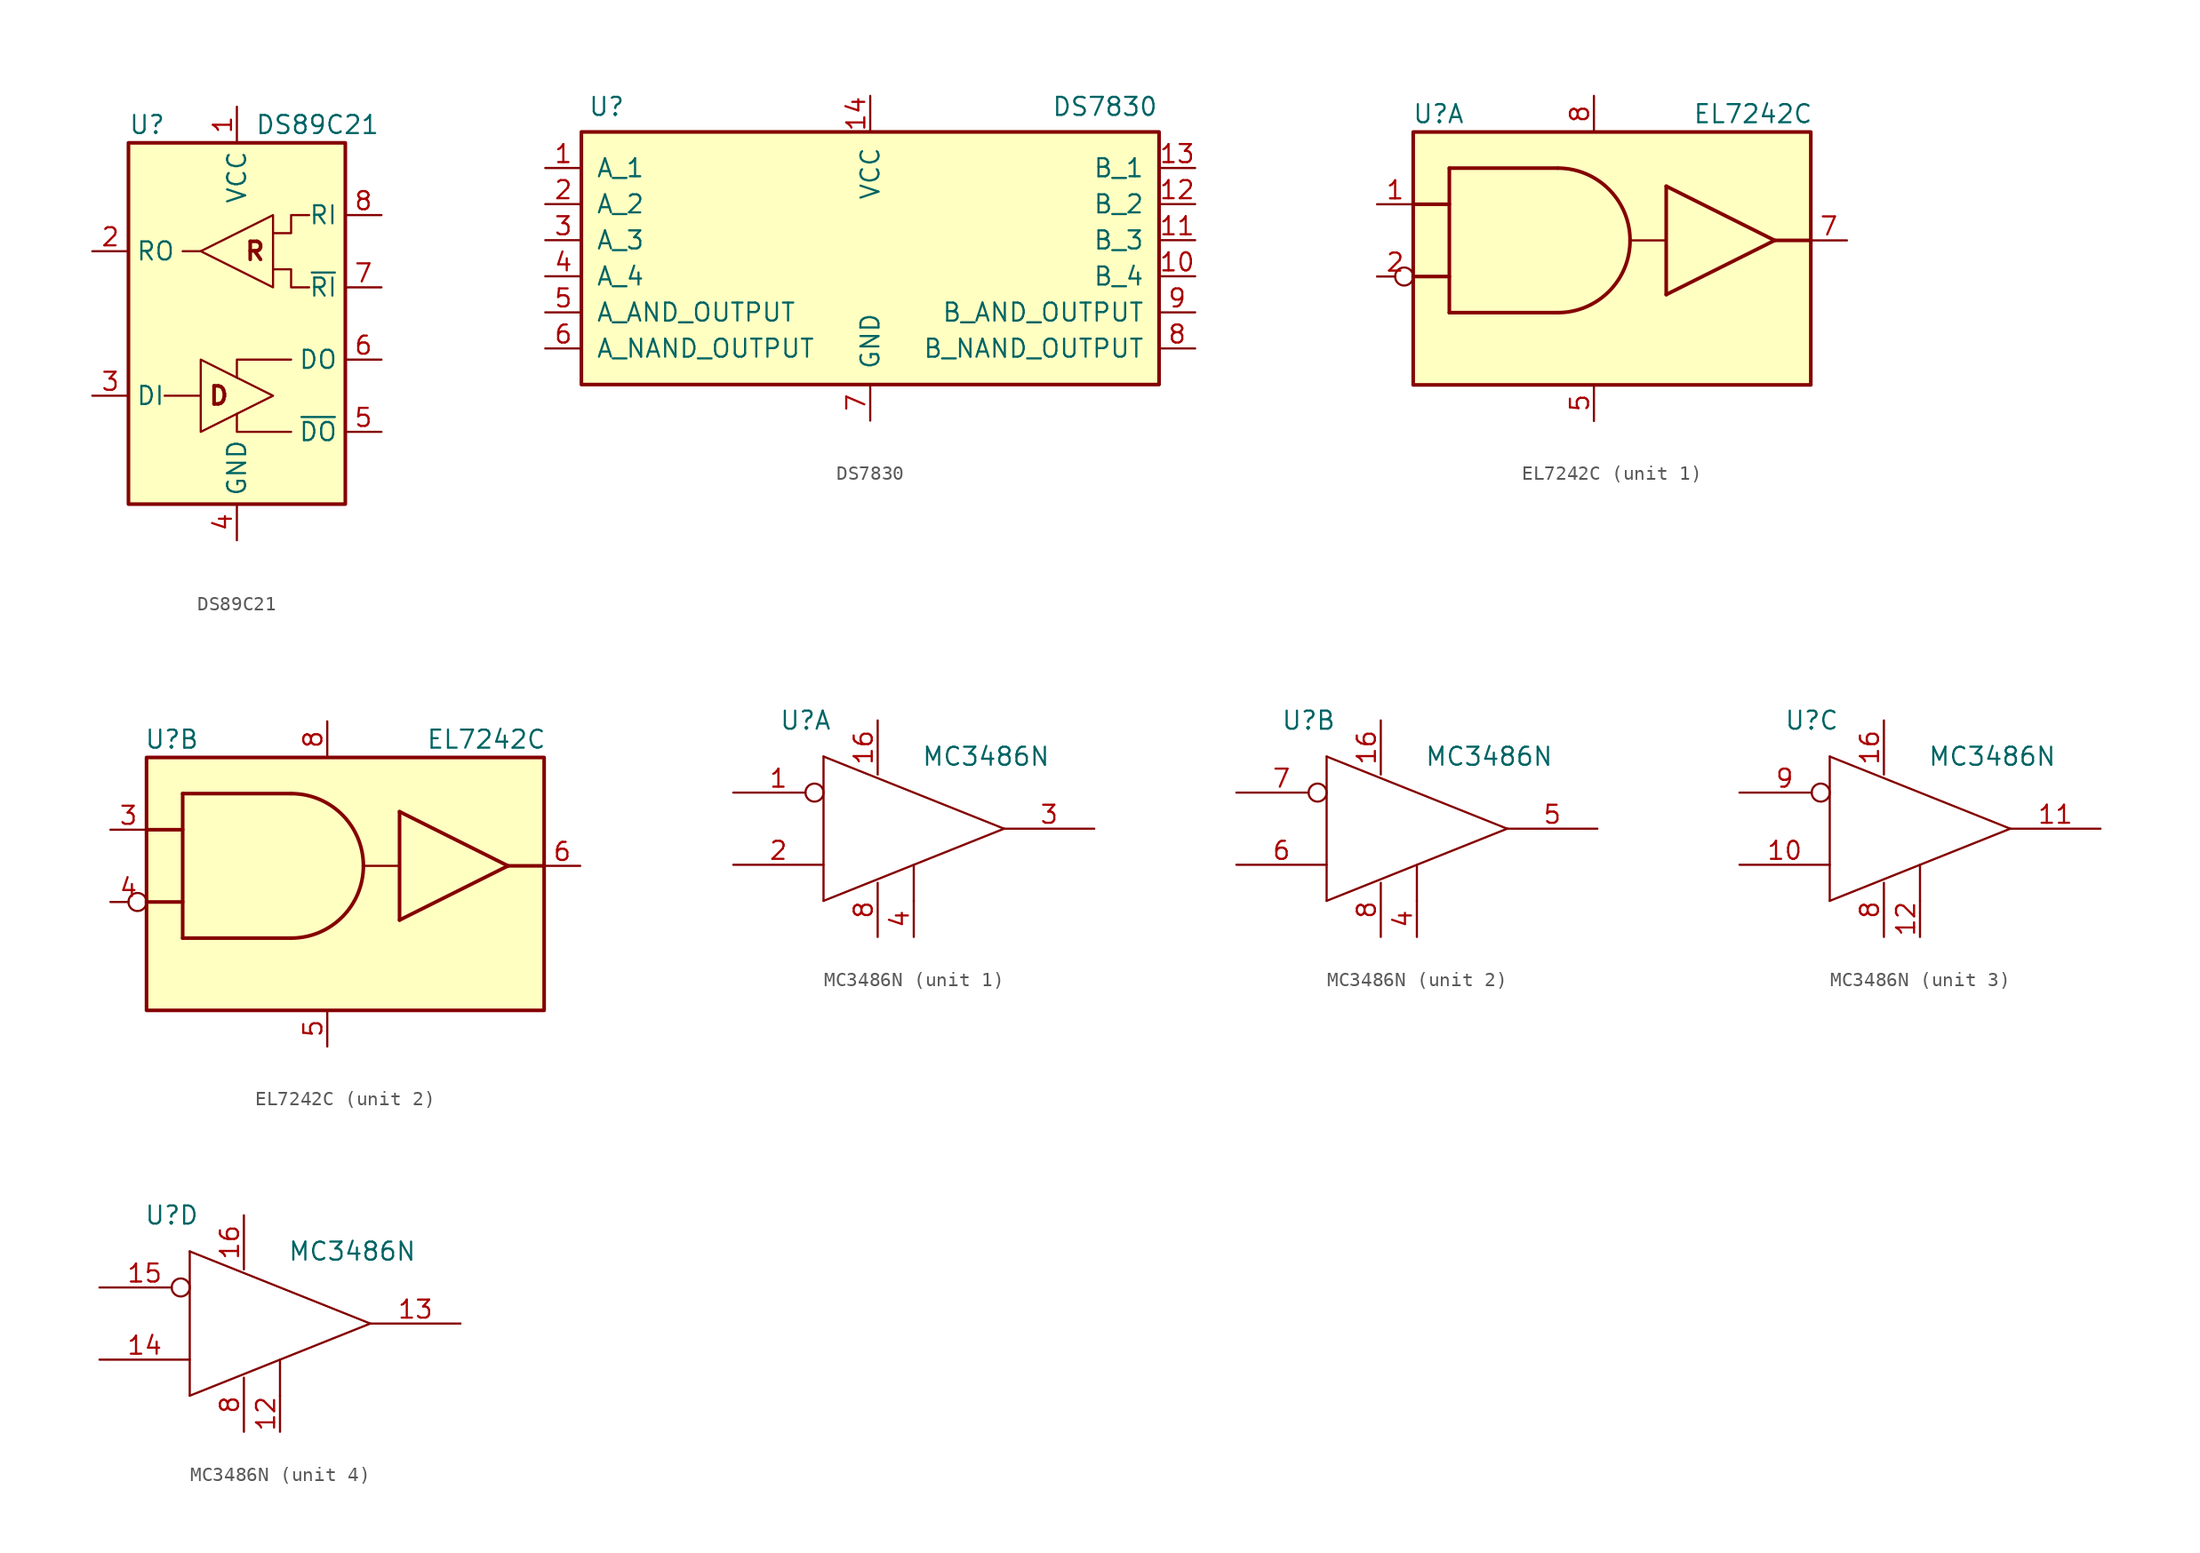
<source format=kicad_sym>
(kicad_symbol_lib
  (version 20231120)
  (generator "kicad_symbol_editor")
  (generator_version "8.0")
  (symbol "DS89C21"
    (property "Reference" "U"
      (at -7.62 13.97 0)
      (effects (font (size 1.27 1.27)) (justify left)))
    (property "Value" "DS89C21"
      (at 1.27 13.97 0)
      (effects (font (size 1.27 1.27)) (justify left)))
    (symbol "DS89C21_0_0"
      (text "D" (at -1.27 -5.08 0) (effects (font (size 1.27 1.27) (bold yes))))
      (text "R" (at 1.27 5.08 0) (effects (font (size 1.27 1.27) (bold yes)))))
    (symbol "DS89C21_0_1"
      (rectangle (start -7.62 12.7) (end 7.62 -12.7) (stroke (width 0.254) (type default)) (fill (type background)))
      (polyline (pts (xy -5.08 -5.08) (xy -2.54 -5.08)) (stroke (width 0) (type default)) (fill (type none)))
      (polyline (pts (xy -2.54 5.08) (xy -3.81 5.08)) (stroke (width 0) (type default)) (fill (type none)))
      (polyline (pts (xy 3.81 -7.62) (xy 0 -7.62) (xy 0 -6.35)) (stroke (width 0) (type default)) (fill (type none)))
      (polyline (pts (xy 3.81 -2.54) (xy 0 -2.54) (xy 0 -3.81)) (stroke (width 0) (type default)) (fill (type none)))
      (polyline (pts (xy -2.54 -2.54) (xy -2.54 -7.62) (xy 2.54 -5.08) (xy -2.54 -2.54)) (stroke (width 0) (type default)) (fill (type none)))
      (polyline (pts (xy 2.54 3.81) (xy 3.81 3.81) (xy 3.81 2.54) (xy 5.08 2.54)) (stroke (width 0) (type default)) (fill (type none)))
      (polyline (pts (xy 2.54 6.35) (xy 3.81 6.35) (xy 3.81 7.62) (xy 5.08 7.62)) (stroke (width 0) (type default)) (fill (type none)))
      (polyline (pts (xy 2.54 7.62) (xy 2.54 2.54) (xy -2.54 5.08) (xy 2.54 7.62)) (stroke (width 0) (type default)) (fill (type none))))
    (symbol "DS89C21_1_1"
      (pin power_in line (at 0 15.24 270) (length 2.54) (name "VCC" (effects (font (size 1.27 1.27)))) (number "1" (effects (font (size 1.27 1.27)))))
      (pin output line (at -10.16 5.08 0) (length 2.54) (name "RO" (effects (font (size 1.27 1.27)))) (number "2" (effects (font (size 1.27 1.27)))))
      (pin input line (at -10.16 -5.08 0) (length 2.54) (name "DI" (effects (font (size 1.27 1.27)))) (number "3" (effects (font (size 1.27 1.27)))))
      (pin power_in line (at 0 -15.24 90) (length 2.54) (name "GND" (effects (font (size 1.27 1.27)))) (number "4" (effects (font (size 1.27 1.27)))))
      (pin output line (at 10.16 -7.62 180) (length 2.54) (name "~{DO}" (effects (font (size 1.27 1.27)))) (number "5" (effects (font (size 1.27 1.27)))))
      (pin output line (at 10.16 -2.54 180) (length 2.54) (name "DO" (effects (font (size 1.27 1.27)))) (number "6" (effects (font (size 1.27 1.27)))))
      (pin input line (at 10.16 2.54 180) (length 2.54) (name "~{RI}" (effects (font (size 1.27 1.27)))) (number "7" (effects (font (size 1.27 1.27)))))
      (pin input line (at 10.16 7.62 180) (length 2.54) (name "RI" (effects (font (size 1.27 1.27)))) (number "8" (effects (font (size 1.27 1.27)))))))
  (symbol "DS7830"
    (pin_names
      (offset 1.016))
    (property "Reference" "U"
      (at -18.542 9.398 0)
      (effects (font (size 1.27 1.27))))
    (property "Value" "DS7830"
      (at 16.51 9.398 0)
      (effects (font (size 1.27 1.27))))
    (symbol "DS7830_0_1"
      (rectangle (start -20.32 7.62) (end 20.32 -10.16) (stroke (width 0.254) (type default)) (fill (type background))))
    (symbol "DS7830_1_1"
      (pin input line (at -22.86 5.08 0) (length 2.54) (name "A_1" (effects (font (size 1.27 1.27)))) (number "1" (effects (font (size 1.27 1.27)))))
      (pin input line (at 22.86 -2.54 180) (length 2.54) (name "B_4" (effects (font (size 1.27 1.27)))) (number "10" (effects (font (size 1.27 1.27)))))
      (pin input line (at 22.86 0 180) (length 2.54) (name "B_3" (effects (font (size 1.27 1.27)))) (number "11" (effects (font (size 1.27 1.27)))))
      (pin input line (at 22.86 2.54 180) (length 2.54) (name "B_2" (effects (font (size 1.27 1.27)))) (number "12" (effects (font (size 1.27 1.27)))))
      (pin input line (at 22.86 5.08 180) (length 2.54) (name "B_1" (effects (font (size 1.27 1.27)))) (number "13" (effects (font (size 1.27 1.27)))))
      (pin power_in line (at 0 10.16 270) (length 2.54) (name "VCC" (effects (font (size 1.27 1.27)))) (number "14" (effects (font (size 1.27 1.27)))))
      (pin input line (at -22.86 2.54 0) (length 2.54) (name "A_2" (effects (font (size 1.27 1.27)))) (number "2" (effects (font (size 1.27 1.27)))))
      (pin input line (at -22.86 0 0) (length 2.54) (name "A_3" (effects (font (size 1.27 1.27)))) (number "3" (effects (font (size 1.27 1.27)))))
      (pin input line (at -22.86 -2.54 0) (length 2.54) (name "A_4" (effects (font (size 1.27 1.27)))) (number "4" (effects (font (size 1.27 1.27)))))
      (pin input line (at -22.86 -5.08 0) (length 2.54) (name "A_AND_OUTPUT" (effects (font (size 1.27 1.27)))) (number "5" (effects (font (size 1.27 1.27)))))
      (pin input line (at -22.86 -7.62 0) (length 2.54) (name "A_NAND_OUTPUT" (effects (font (size 1.27 1.27)))) (number "6" (effects (font (size 1.27 1.27)))))
      (pin power_in line (at 0 -12.7 90) (length 2.54) (name "GND" (effects (font (size 1.27 1.27)))) (number "7" (effects (font (size 1.27 1.27)))))
      (pin input line (at 22.86 -7.62 180) (length 2.54) (name "B_NAND_OUTPUT" (effects (font (size 1.27 1.27)))) (number "8" (effects (font (size 1.27 1.27)))))
      (pin input line (at 22.86 -5.08 180) (length 2.54) (name "B_AND_OUTPUT" (effects (font (size 1.27 1.27)))) (number "9" (effects (font (size 1.27 1.27)))))))
  (symbol "EL7242C"
    (pin_names
      (offset 0.762) hide)
    (property "Reference" "U"
      (at -10.922 8.89 0)
      (effects (font (size 1.27 1.27))))
    (property "Value" "EL7242C"
      (at 11.176 8.89 0)
      (effects (font (size 1.27 1.27))))
    (symbol "EL7242C_0_0"
      (pin power_in line (at 0 -12.7 90) (length 2.54) (name "GND" (effects (font (size 1.27 1.27)))) (number "5" (effects (font (size 1.27 1.27)))))
      (pin power_in line (at 0 10.16 270) (length 2.54) (name "V+" (effects (font (size 1.27 1.27)))) (number "8" (effects (font (size 1.27 1.27))))))
    (symbol "EL7242C_0_1"
      (rectangle (start -12.7 7.62) (end 15.24 -10.16) (stroke (width 0.254) (type default)) (fill (type background)))
      (arc (start -2.54 -5.08) (mid 1.0521 -3.5921) (end 2.54 0) (stroke (width 0.254) (type default)) (fill (type none)))
      (polyline (pts (xy -12.7 -2.54) (xy -10.16 -2.54)) (stroke (width 0.254) (type default)) (fill (type none)))
      (polyline (pts (xy -12.7 2.54) (xy -10.16 2.54)) (stroke (width 0.254) (type default)) (fill (type none)))
      (polyline (pts (xy -10.16 -5.08) (xy -2.54 -5.08)) (stroke (width 0.254) (type default)) (fill (type none)))
      (polyline (pts (xy -10.16 5.08) (xy -10.16 -5.08)) (stroke (width 0.254) (type default)) (fill (type none)))
      (polyline (pts (xy -2.54 5.08) (xy -10.16 5.08)) (stroke (width 0.254) (type default)) (fill (type none)))
      (polyline (pts (xy 5.08 -3.81) (xy 12.7 0)) (stroke (width 0.254) (type default)) (fill (type none)))
      (polyline (pts (xy 5.08 0) (xy 2.54 0)) (stroke (width 0) (type default)) (fill (type none)))
      (polyline (pts (xy 5.08 3.81) (xy 5.08 -3.81)) (stroke (width 0.254) (type default)) (fill (type none)))
      (polyline (pts (xy 12.7 0) (xy 5.08 3.81)) (stroke (width 0.254) (type default)) (fill (type none)))
      (polyline (pts (xy 12.7 0) (xy 15.24 0)) (stroke (width 0.254) (type default)) (fill (type none)))
      (arc (start 2.54 0) (mid 1.0521 3.5921) (end -2.54 5.08) (stroke (width 0.254) (type default)) (fill (type none))))
    (symbol "EL7242C_1_1"
      (pin input line (at -15.24 2.54 0) (length 2.54) (name "IN1" (effects (font (size 1.27 1.27)))) (number "1" (effects (font (size 1.27 1.27)))))
      (pin input inverted (at -15.24 -2.54 0) (length 2.54) (name "IN" (effects (font (size 1.27 1.27)))) (number "2" (effects (font (size 1.27 1.27)))))
      (pin output line (at 17.78 0 180) (length 2.54) (name "OUT" (effects (font (size 1.27 1.27)))) (number "7" (effects (font (size 1.27 1.27))))))
    (symbol "EL7242C_2_1"
      (pin input line (at -15.24 2.54 0) (length 2.54) (name "IN1" (effects (font (size 1.27 1.27)))) (number "3" (effects (font (size 1.27 1.27)))))
      (pin input inverted (at -15.24 -2.54 0) (length 2.54) (name "IN" (effects (font (size 1.27 1.27)))) (number "4" (effects (font (size 1.27 1.27)))))
      (pin output line (at 17.78 0 180) (length 2.54) (name "OUT" (effects (font (size 1.27 1.27)))) (number "6" (effects (font (size 1.27 1.27)))))))
  (symbol "MC3486N"
    (pin_names
      (offset 1.016) hide)
    (property "Reference" "U"
      (at -7.62 7.62 0)
      (effects (font (size 1.27 1.27))))
    (property "Value" "MC3486N"
      (at 5.08 5.08 0)
      (effects (font (size 1.27 1.27))))
    (symbol "MC3486N_0_1"
      (polyline (pts (xy -6.35 -5.08) (xy 6.35 0)) (stroke (width 0) (type default)) (fill (type none)))
      (polyline (pts (xy -6.35 5.08) (xy -6.35 -5.08)) (stroke (width 0) (type default)) (fill (type none)))
      (polyline (pts (xy 0 -5.08) (xy 0 -2.54)) (stroke (width 0) (type default)) (fill (type none)))
      (polyline (pts (xy 6.35 0) (xy -6.35 5.08)) (stroke (width 0) (type default)) (fill (type none))))
    (symbol "MC3486N_1_1"
      (pin input inverted (at -12.7 2.54 0) (length 6.35) (name "E-" (effects (font (size 1.27 1.27)))) (number "1" (effects (font (size 1.27 1.27)))))
      (pin power_in line (at -2.54 7.62 270) (length 3.81) (name "VCC" (effects (font (size 1.27 1.27)))) (number "16" (effects (font (size 1.27 1.27)))))
      (pin input line (at -12.7 -2.54 0) (length 6.35) (name "E+" (effects (font (size 1.27 1.27)))) (number "2" (effects (font (size 1.27 1.27)))))
      (pin tri_state line (at 12.7 0 180) (length 6.35) (name "OUT" (effects (font (size 1.27 1.27)))) (number "3" (effects (font (size 1.27 1.27)))))
      (pin input line (at 0 -7.62 90) (length 2.54) (name "ENABLE" (effects (font (size 1.27 1.27)))) (number "4" (effects (font (size 1.27 1.27)))))
      (pin power_in line (at -2.54 -7.62 90) (length 3.81) (name "GND" (effects (font (size 1.27 1.27)))) (number "8" (effects (font (size 1.27 1.27))))))
    (symbol "MC3486N_2_1"
      (pin power_in line (at -2.54 7.62 270) (length 3.81) (name "VCC" (effects (font (size 1.27 1.27)))) (number "16" (effects (font (size 1.27 1.27)))))
      (pin input line (at 0 -7.62 90) (length 2.54) (name "ENABLE" (effects (font (size 1.27 1.27)))) (number "4" (effects (font (size 1.27 1.27)))))
      (pin tri_state line (at 12.7 0 180) (length 6.35) (name "OUT" (effects (font (size 1.27 1.27)))) (number "5" (effects (font (size 1.27 1.27)))))
      (pin input line (at -12.7 -2.54 0) (length 6.35) (name "E+" (effects (font (size 1.27 1.27)))) (number "6" (effects (font (size 1.27 1.27)))))
      (pin input inverted (at -12.7 2.54 0) (length 6.35) (name "E-" (effects (font (size 1.27 1.27)))) (number "7" (effects (font (size 1.27 1.27)))))
      (pin power_in line (at -2.54 -7.62 90) (length 3.81) (name "GND" (effects (font (size 1.27 1.27)))) (number "8" (effects (font (size 1.27 1.27))))))
    (symbol "MC3486N_3_1"
      (pin input line (at -12.7 -2.54 0) (length 6.35) (name "E+" (effects (font (size 1.27 1.27)))) (number "10" (effects (font (size 1.27 1.27)))))
      (pin tri_state line (at 12.7 0 180) (length 6.35) (name "OUT" (effects (font (size 1.27 1.27)))) (number "11" (effects (font (size 1.27 1.27)))))
      (pin input line (at 0 -7.62 90) (length 2.54) (name "ENABLE" (effects (font (size 1.27 1.27)))) (number "12" (effects (font (size 1.27 1.27)))))
      (pin power_in line (at -2.54 7.62 270) (length 3.81) (name "VCC" (effects (font (size 1.27 1.27)))) (number "16" (effects (font (size 1.27 1.27)))))
      (pin power_in line (at -2.54 -7.62 90) (length 3.81) (name "GND" (effects (font (size 1.27 1.27)))) (number "8" (effects (font (size 1.27 1.27)))))
      (pin input inverted (at -12.7 2.54 0) (length 6.35) (name "E-" (effects (font (size 1.27 1.27)))) (number "9" (effects (font (size 1.27 1.27))))))
    (symbol "MC3486N_4_1"
      (pin input line (at 0 -7.62 90) (length 2.54) (name "ENABLE" (effects (font (size 1.27 1.27)))) (number "12" (effects (font (size 1.27 1.27)))))
      (pin tri_state line (at 12.7 0 180) (length 6.35) (name "OUT" (effects (font (size 1.27 1.27)))) (number "13" (effects (font (size 1.27 1.27)))))
      (pin input line (at -12.7 -2.54 0) (length 6.35) (name "E+" (effects (font (size 1.27 1.27)))) (number "14" (effects (font (size 1.27 1.27)))))
      (pin input inverted (at -12.7 2.54 0) (length 6.35) (name "E-" (effects (font (size 1.27 1.27)))) (number "15" (effects (font (size 1.27 1.27)))))
      (pin power_in line (at -2.54 7.62 270) (length 3.81) (name "VCC" (effects (font (size 1.27 1.27)))) (number "16" (effects (font (size 1.27 1.27)))))
      (pin power_in line (at -2.54 -7.62 90) (length 3.81) (name "GND" (effects (font (size 1.27 1.27)))) (number "8" (effects (font (size 1.27 1.27))))))))
</source>
